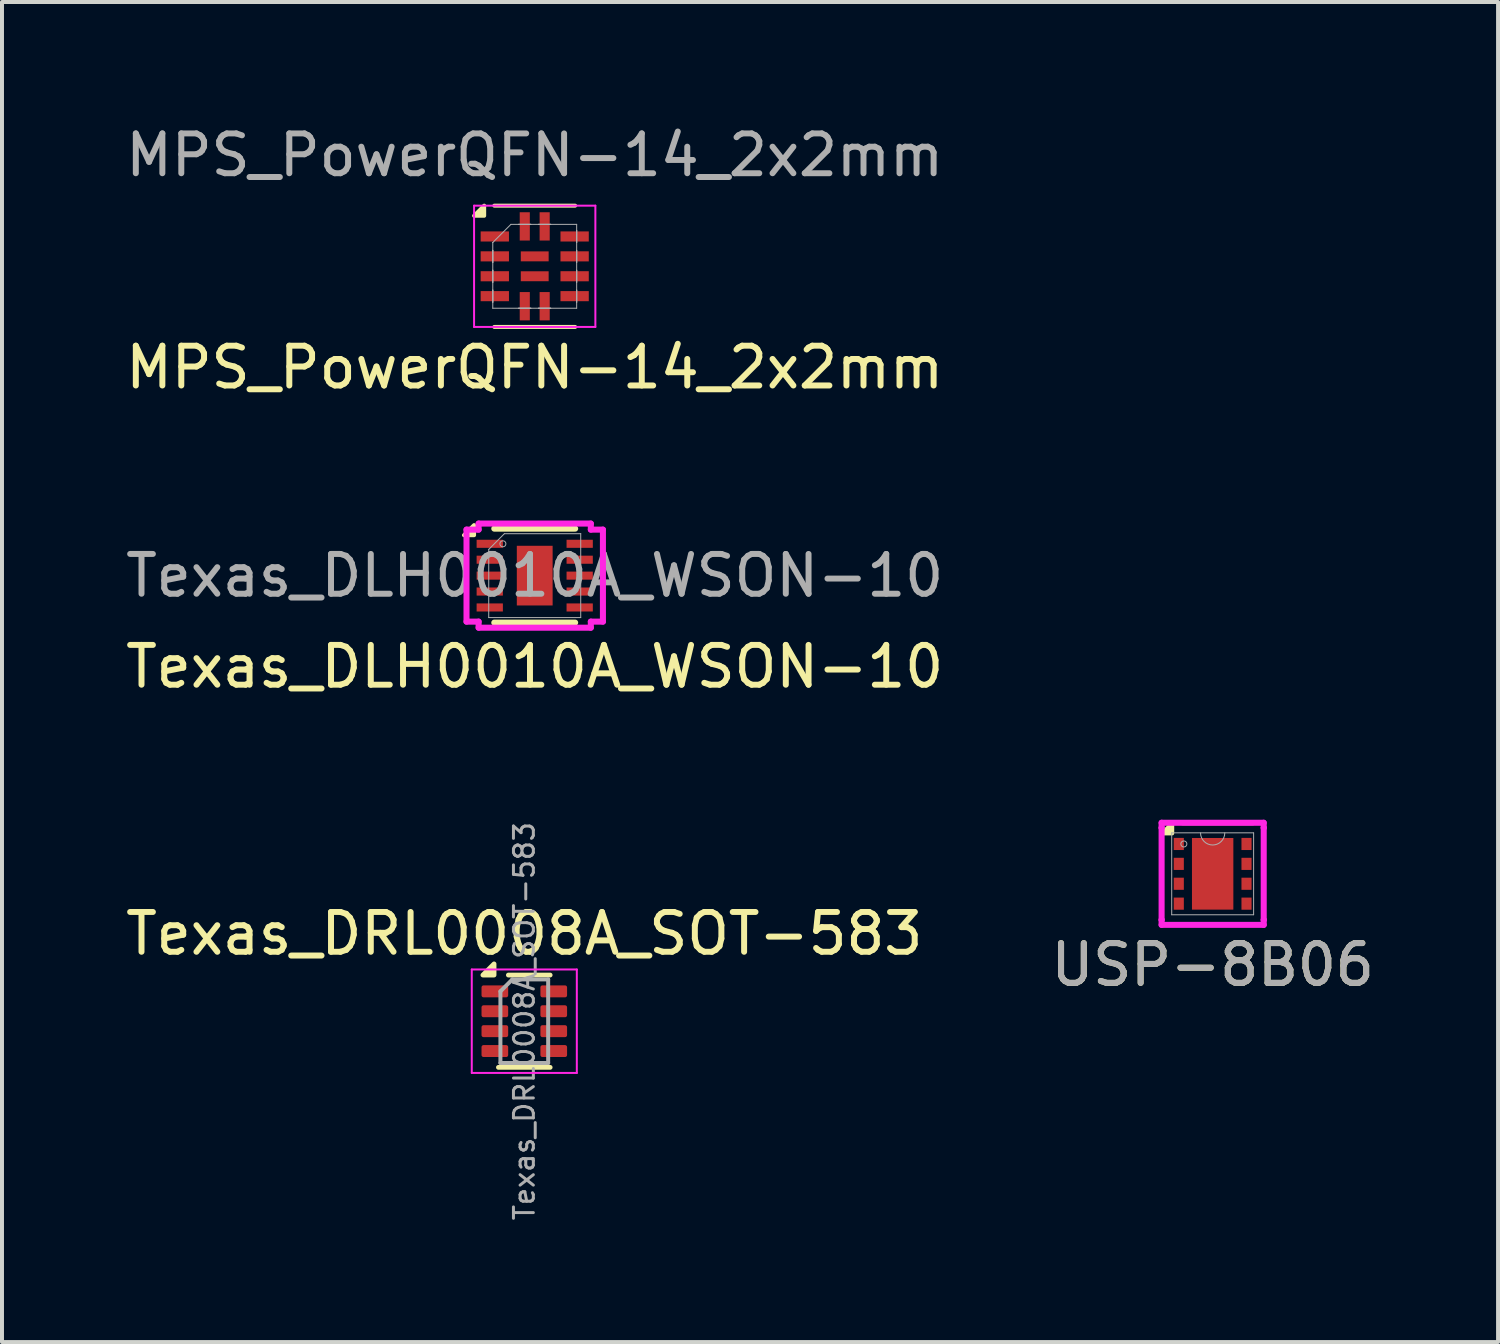
<source format=kicad_pcb>
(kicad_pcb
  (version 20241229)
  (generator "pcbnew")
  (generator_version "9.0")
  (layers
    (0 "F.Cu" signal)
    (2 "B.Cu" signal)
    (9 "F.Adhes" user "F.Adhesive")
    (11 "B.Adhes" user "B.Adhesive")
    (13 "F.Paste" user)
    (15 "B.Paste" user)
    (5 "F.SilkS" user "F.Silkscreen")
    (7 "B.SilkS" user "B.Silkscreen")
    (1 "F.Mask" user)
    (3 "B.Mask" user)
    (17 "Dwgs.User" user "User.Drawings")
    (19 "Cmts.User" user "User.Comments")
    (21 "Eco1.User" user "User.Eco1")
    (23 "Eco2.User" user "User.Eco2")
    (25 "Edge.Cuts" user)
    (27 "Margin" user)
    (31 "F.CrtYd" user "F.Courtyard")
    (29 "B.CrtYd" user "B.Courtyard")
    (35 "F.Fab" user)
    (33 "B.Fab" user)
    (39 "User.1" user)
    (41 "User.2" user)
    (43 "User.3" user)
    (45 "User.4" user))
  (footprint "USP-8B06"
    (layer "F.Cu")
    (at 27.423 18.908)
    (property "Reference" "USP-8B06" (at 0 2.286 0) (unlocked yes) (layer "F.SilkS") (effects (font (size 1 1) (thickness 0.15))))
    (attr smd)
    (fp_line (start -1.016 1.27) (end 1.016 1.27) (stroke (width 0.1) (type default)) (layer "F.SilkS"))
    (fp_line (start -0.762 -1.27) (end 1.016 -1.27) (stroke (width 0.1) (type default)) (layer "F.SilkS"))
    (fp_poly (pts (xy -1.27 -1.016) (xy -1.016 -1.27) (xy -1.016 -1.016)) (stroke (width 0.1) (type solid)) (fill yes) (layer "F.SilkS"))
    (fp_line (start -1.283 -1.283) (end 1.283 -1.283) (stroke (width 0.152) (type solid)) (layer "F.CrtYd"))
    (fp_line (start -1.283 -1.156) (end -1.283 -1.283) (stroke (width 0.152) (type solid)) (layer "F.CrtYd"))
    (fp_line (start -1.283 -1.156) (end -1.283 -1.156) (stroke (width 0.152) (type solid)) (layer "F.CrtYd"))
    (fp_line (start -1.283 1.156) (end -1.283 -1.156) (stroke (width 0.152) (type solid)) (layer "F.CrtYd"))
    (fp_line (start -1.283 1.156) (end -1.283 1.156) (stroke (width 0.152) (type solid)) (layer "F.CrtYd"))
    (fp_line (start -1.283 1.283) (end -1.283 1.156) (stroke (width 0.152) (type solid)) (layer "F.CrtYd"))
    (fp_line (start 1.283 -1.283) (end 1.283 -1.156) (stroke (width 0.152) (type solid)) (layer "F.CrtYd"))
    (fp_line (start 1.283 -1.156) (end 1.283 -1.156) (stroke (width 0.152) (type solid)) (layer "F.CrtYd"))
    (fp_line (start 1.283 -1.156) (end 1.283 1.156) (stroke (width 0.152) (type solid)) (layer "F.CrtYd"))
    (fp_line (start 1.283 1.156) (end 1.283 1.156) (stroke (width 0.152) (type solid)) (layer "F.CrtYd"))
    (fp_line (start 1.283 1.156) (end 1.283 1.283) (stroke (width 0.152) (type solid)) (layer "F.CrtYd"))
    (fp_line (start 1.283 1.283) (end -1.283 1.283) (stroke (width 0.152) (type solid)) (layer "F.CrtYd"))
    (fp_line (start -1.029 -1.029) (end -1.029 1.029) (stroke (width 0.025) (type solid)) (layer "F.Fab"))
    (fp_line (start -1.029 1.029) (end 1.029 1.029) (stroke (width 0.025) (type solid)) (layer "F.Fab"))
    (fp_line (start 1.029 -1.029) (end -1.029 -1.029) (stroke (width 0.025) (type solid)) (layer "F.Fab"))
    (fp_line (start 1.029 1.029) (end 1.029 -1.029) (stroke (width 0.025) (type solid)) (layer "F.Fab"))
    (fp_arc (start 0.3048 -1.0287) (mid 0 -0.7239) (end -0.3048 -1.0287) (stroke (width 0.0254) (type solid)) (layer "F.Fab"))
    (fp_circle (center -0.724 -0.75) (end -0.648 -0.75) (stroke (width 0.025) (type solid)) (fill no) (layer "F.Fab"))
    (fp_text user "${REFERENCE}" (at 0 2.286 0) (unlocked yes) (layer "F.Fab") (effects (font (size 1 1) (thickness 0.15))))
    (pad "1" smd rect (at -0.851 -0.75) (size 0.254 0.305) (layers "F.Cu" "F.Mask" "F.Paste"))
    (pad "2" smd rect (at -0.851 -0.25) (size 0.254 0.305) (layers "F.Cu" "F.Mask" "F.Paste"))
    (pad "3" smd rect (at -0.851 0.25) (size 0.254 0.305) (layers "F.Cu" "F.Mask" "F.Paste"))
    (pad "4" smd rect (at -0.851 0.75) (size 0.254 0.305) (layers "F.Cu" "F.Mask" "F.Paste"))
    (pad "5" smd rect (at 0.851 0.75) (size 0.254 0.305) (layers "F.Cu" "F.Mask" "F.Paste"))
    (pad "6" smd rect (at 0.851 0.25) (size 0.254 0.305) (layers "F.Cu" "F.Mask" "F.Paste"))
    (pad "7" smd rect (at 0.851 -0.25) (size 0.254 0.305) (layers "F.Cu" "F.Mask" "F.Paste"))
    (pad "8" smd rect (at 0.851 -0.75) (size 0.254 0.305) (layers "F.Cu" "F.Mask" "F.Paste"))
    (pad "9" smd rect (at 0 0) (size 1.04 1.8) (layers "F.Cu" "F.Mask" "F.Paste")))
  (footprint "MPS_PowerQFN-14_2x2mm"
    (layer "F.Cu")
    (at 10.387 3.642)
    (property "Reference" "MPS_PowerQFN-14_2x2mm" (at 0 2.54 0) (unlocked yes) (layer "F.SilkS") (effects (font (size 1 1) (thickness 0.15))))
    (attr smd)
    (fp_line (start -1.016 -1.524) (end 1.016 -1.524) (stroke (width 0.1) (type default)) (layer "F.SilkS"))
    (fp_line (start -1.016 1.524) (end 1.016 1.524) (stroke (width 0.1) (type default)) (layer "F.SilkS"))
    (fp_poly (pts (xy -1.524 -1.27) (xy -1.27 -1.524) (xy -1.27 -1.27)) (stroke (width 0.1) (type solid)) (fill yes) (layer "F.SilkS"))
    (fp_line (start -1.524 -1.524) (end 1.524 -1.524) (stroke (width 0.05) (type default)) (layer "F.CrtYd"))
    (fp_line (start -1.524 1.524) (end -1.524 -1.524) (stroke (width 0.05) (type default)) (layer "F.CrtYd"))
    (fp_line (start 1.524 -1.524) (end 1.524 1.524) (stroke (width 0.05) (type default)) (layer "F.CrtYd"))
    (fp_line (start 1.524 1.524) (end -1.524 1.524) (stroke (width 0.05) (type default)) (layer "F.CrtYd"))
    (fp_line (start -1.054 -0.598) (end -1.054 -0.598) (stroke (width 0.025) (type solid)) (layer "F.Fab"))
    (fp_line (start -1.054 -0.598) (end -1.054 1.054) (stroke (width 0.025) (type solid)) (layer "F.Fab"))
    (fp_line (start -1.054 -0.598) (end -0.598 -1.054) (stroke (width 0.025) (type default)) (layer "F.Fab"))
    (fp_line (start -1.054 -0.402) (end -1.054 -0.402) (stroke (width 0.025) (type solid)) (layer "F.Fab"))
    (fp_line (start -1.054 -0.402) (end -1.054 -0.098) (stroke (width 0.025) (type solid)) (layer "F.Fab"))
    (fp_line (start -1.054 -0.098) (end -1.054 -0.402) (stroke (width 0.025) (type solid)) (layer "F.Fab"))
    (fp_line (start -1.054 -0.098) (end -1.054 -0.098) (stroke (width 0.025) (type solid)) (layer "F.Fab"))
    (fp_line (start -1.054 0.098) (end -1.054 0.098) (stroke (width 0.025) (type solid)) (layer "F.Fab"))
    (fp_line (start -1.054 0.098) (end -1.054 0.402) (stroke (width 0.025) (type solid)) (layer "F.Fab"))
    (fp_line (start -1.054 0.402) (end -1.054 0.098) (stroke (width 0.025) (type solid)) (layer "F.Fab"))
    (fp_line (start -1.054 0.402) (end -1.054 0.402) (stroke (width 0.025) (type solid)) (layer "F.Fab"))
    (fp_line (start -1.054 0.598) (end -1.054 0.598) (stroke (width 0.025) (type solid)) (layer "F.Fab"))
    (fp_line (start -1.054 0.598) (end -1.054 0.902) (stroke (width 0.025) (type solid)) (layer "F.Fab"))
    (fp_line (start -1.054 0.902) (end -1.054 0.598) (stroke (width 0.025) (type solid)) (layer "F.Fab"))
    (fp_line (start -1.054 0.902) (end -1.054 0.902) (stroke (width 0.025) (type solid)) (layer "F.Fab"))
    (fp_line (start -1.054 1.054) (end 1.054 1.054) (stroke (width 0.025) (type solid)) (layer "F.Fab"))
    (fp_line (start -0.402 -1.054) (end -0.402 -1.054) (stroke (width 0.025) (type solid)) (layer "F.Fab"))
    (fp_line (start -0.402 -1.054) (end -0.098 -1.054) (stroke (width 0.025) (type solid)) (layer "F.Fab"))
    (fp_line (start -0.402 1.054) (end -0.402 1.054) (stroke (width 0.025) (type solid)) (layer "F.Fab"))
    (fp_line (start -0.402 1.054) (end -0.098 1.054) (stroke (width 0.025) (type solid)) (layer "F.Fab"))
    (fp_line (start -0.098 -1.054) (end -0.402 -1.054) (stroke (width 0.025) (type solid)) (layer "F.Fab"))
    (fp_line (start -0.098 -1.054) (end -0.098 -1.054) (stroke (width 0.025) (type solid)) (layer "F.Fab"))
    (fp_line (start -0.098 1.054) (end -0.402 1.054) (stroke (width 0.025) (type solid)) (layer "F.Fab"))
    (fp_line (start -0.098 1.054) (end -0.098 1.054) (stroke (width 0.025) (type solid)) (layer "F.Fab"))
    (fp_line (start 0.098 -1.054) (end 0.098 -1.054) (stroke (width 0.025) (type solid)) (layer "F.Fab"))
    (fp_line (start 0.098 -1.054) (end 0.402 -1.054) (stroke (width 0.025) (type solid)) (layer "F.Fab"))
    (fp_line (start 0.098 1.054) (end 0.098 1.054) (stroke (width 0.025) (type solid)) (layer "F.Fab"))
    (fp_line (start 0.098 1.054) (end 0.402 1.054) (stroke (width 0.025) (type solid)) (layer "F.Fab"))
    (fp_line (start 0.402 -1.054) (end 0.098 -1.054) (stroke (width 0.025) (type solid)) (layer "F.Fab"))
    (fp_line (start 0.402 -1.054) (end 0.402 -1.054) (stroke (width 0.025) (type solid)) (layer "F.Fab"))
    (fp_line (start 0.402 1.054) (end 0.098 1.054) (stroke (width 0.025) (type solid)) (layer "F.Fab"))
    (fp_line (start 0.402 1.054) (end 0.402 1.054) (stroke (width 0.025) (type solid)) (layer "F.Fab"))
    (fp_line (start 1.054 -1.054) (end -0.598 -1.054) (stroke (width 0.025) (type solid)) (layer "F.Fab"))
    (fp_line (start 1.054 -0.902) (end 1.054 -0.902) (stroke (width 0.025) (type solid)) (layer "F.Fab"))
    (fp_line (start 1.054 -0.902) (end 1.054 -0.598) (stroke (width 0.025) (type solid)) (layer "F.Fab"))
    (fp_line (start 1.054 -0.598) (end 1.054 -0.902) (stroke (width 0.025) (type solid)) (layer "F.Fab"))
    (fp_line (start 1.054 -0.598) (end 1.054 -0.598) (stroke (width 0.025) (type solid)) (layer "F.Fab"))
    (fp_line (start 1.054 -0.402) (end 1.054 -0.402) (stroke (width 0.025) (type solid)) (layer "F.Fab"))
    (fp_line (start 1.054 -0.402) (end 1.054 -0.098) (stroke (width 0.025) (type solid)) (layer "F.Fab"))
    (fp_line (start 1.054 -0.098) (end 1.054 -0.402) (stroke (width 0.025) (type solid)) (layer "F.Fab"))
    (fp_line (start 1.054 -0.098) (end 1.054 -0.098) (stroke (width 0.025) (type solid)) (layer "F.Fab"))
    (fp_line (start 1.054 0.098) (end 1.054 0.098) (stroke (width 0.025) (type solid)) (layer "F.Fab"))
    (fp_line (start 1.054 0.098) (end 1.054 0.402) (stroke (width 0.025) (type solid)) (layer "F.Fab"))
    (fp_line (start 1.054 0.402) (end 1.054 0.098) (stroke (width 0.025) (type solid)) (layer "F.Fab"))
    (fp_line (start 1.054 0.402) (end 1.054 0.402) (stroke (width 0.025) (type solid)) (layer "F.Fab"))
    (fp_line (start 1.054 0.598) (end 1.054 0.598) (stroke (width 0.025) (type solid)) (layer "F.Fab"))
    (fp_line (start 1.054 0.598) (end 1.054 0.902) (stroke (width 0.025) (type solid)) (layer "F.Fab"))
    (fp_line (start 1.054 0.902) (end 1.054 0.598) (stroke (width 0.025) (type solid)) (layer "F.Fab"))
    (fp_line (start 1.054 0.902) (end 1.054 0.902) (stroke (width 0.025) (type solid)) (layer "F.Fab"))
    (fp_line (start 1.054 1.054) (end 1.054 -1.054) (stroke (width 0.025) (type solid)) (layer "F.Fab"))
    (fp_text user "${REFERENCE}" (at 0 -2.794 0) (unlocked yes) (layer "F.Fab") (effects (font (size 1 1) (thickness 0.15))))
    (pad "1" smd rect (at -1.003 -0.75 90) (size 0.254 0.711) (layers "F.Cu" "F.Mask" "F.Paste"))
    (pad "2" smd rect (at -1.003 -0.25 90) (size 0.254 0.711) (layers "F.Cu" "F.Mask" "F.Paste"))
    (pad "3" smd rect (at -1.003 0.25 90) (size 0.254 0.711) (layers "F.Cu" "F.Mask" "F.Paste"))
    (pad "4" smd rect (at -1.003 0.75 90) (size 0.254 0.711) (layers "F.Cu" "F.Mask" "F.Paste"))
    (pad "5" smd rect (at -0.25 1.003) (size 0.254 0.711) (layers "F.Cu" "F.Mask" "F.Paste"))
    (pad "6" smd rect (at 0.25 1.003) (size 0.254 0.711) (layers "F.Cu" "F.Mask" "F.Paste"))
    (pad "7" smd rect (at 1.003 0.75 90) (size 0.254 0.711) (layers "F.Cu" "F.Mask" "F.Paste"))
    (pad "8" smd rect (at 1.003 0.25 90) (size 0.254 0.711) (layers "F.Cu" "F.Mask" "F.Paste"))
    (pad "9" smd rect (at 1.003 -0.25 90) (size 0.254 0.711) (layers "F.Cu" "F.Mask" "F.Paste"))
    (pad "10" smd rect (at 1.003 -0.75 90) (size 0.254 0.711) (layers "F.Cu" "F.Mask" "F.Paste"))
    (pad "11" smd rect (at 0.25 -1.003) (size 0.254 0.711) (layers "F.Cu" "F.Mask" "F.Paste"))
    (pad "12" smd rect (at -0.25 -1.003) (size 0.254 0.711) (layers "F.Cu" "F.Mask" "F.Paste"))
    (pad "13" smd rect (at 0 -0.25) (size 0.7 0.25) (layers "F.Cu" "F.Mask" "F.Paste"))
    (pad "14" smd rect (at 0 0.25) (size 0.7 0.25) (layers "F.Cu" "F.Mask" "F.Paste")))
  (footprint "Texas_DLH0010A_WSON-10"
    (layer "F.Cu")
    (at 10.387 11.415)
    (property "Reference" "Texas_DLH0010A_WSON-10" (at 0 2.286 0) (unlocked yes) (layer "F.SilkS") (effects (font (size 1 1) (thickness 0.15))))
    (attr smd)
    (fp_line (start -1.016 1.181) (end 1.016 1.181) (stroke (width 0.152) (type solid)) (layer "F.SilkS"))
    (fp_line (start 1.016 -1.181) (end -1.016 -1.181) (stroke (width 0.152) (type solid)) (layer "F.SilkS"))
    (fp_poly (pts (xy -1.524 -1.27) (xy -1.778 -1.016) (xy -1.524 -1.016)) (stroke (width 0.1) (type solid)) (fill yes) (layer "F.SilkS"))
    (fp_line (start -1.714 -1.156) (end -1.41 -1.156) (stroke (width 0.152) (type solid)) (layer "F.CrtYd"))
    (fp_line (start -1.714 1.156) (end -1.714 -1.156) (stroke (width 0.152) (type solid)) (layer "F.CrtYd"))
    (fp_line (start -1.714 1.156) (end -1.41 1.156) (stroke (width 0.152) (type solid)) (layer "F.CrtYd"))
    (fp_line (start -1.41 -1.308) (end 1.41 -1.308) (stroke (width 0.152) (type solid)) (layer "F.CrtYd"))
    (fp_line (start -1.41 -1.156) (end -1.41 -1.308) (stroke (width 0.152) (type solid)) (layer "F.CrtYd"))
    (fp_line (start -1.41 1.308) (end -1.41 1.156) (stroke (width 0.152) (type solid)) (layer "F.CrtYd"))
    (fp_line (start 1.41 -1.308) (end 1.41 -1.156) (stroke (width 0.152) (type solid)) (layer "F.CrtYd"))
    (fp_line (start 1.41 1.156) (end 1.41 1.308) (stroke (width 0.152) (type solid)) (layer "F.CrtYd"))
    (fp_line (start 1.41 1.308) (end -1.41 1.308) (stroke (width 0.152) (type solid)) (layer "F.CrtYd"))
    (fp_line (start 1.714 -1.156) (end 1.41 -1.156) (stroke (width 0.152) (type solid)) (layer "F.CrtYd"))
    (fp_line (start 1.714 -1.156) (end 1.714 1.156) (stroke (width 0.152) (type solid)) (layer "F.CrtYd"))
    (fp_line (start 1.714 1.156) (end 1.41 1.156) (stroke (width 0.152) (type solid)) (layer "F.CrtYd"))
    (fp_line (start -1.156 1.054) (end 1.156 1.054) (stroke (width 0.025) (type solid)) (layer "F.Fab"))
    (fp_line (start -1.155 -0.66) (end -1.156 1.054) (stroke (width 0.025) (type solid)) (layer "F.Fab"))
    (fp_line (start -0.762 -1.054) (end -1.155 -0.66) (stroke (width 0.025) (type solid)) (layer "F.Fab"))
    (fp_line (start 1.156 -1.054) (end -0.762 -1.054) (stroke (width 0.025) (type solid)) (layer "F.Fab"))
    (fp_line (start 1.156 1.054) (end 1.156 -1.054) (stroke (width 0.025) (type solid)) (layer "F.Fab"))
    (fp_circle (center -0.8 -0.8) (end -0.724 -0.8) (stroke (width 0.025) (type solid)) (fill no) (layer "F.Fab"))
    (fp_text user "${REFERENCE}" (at 0 0 0) (unlocked yes) (layer "F.Fab") (effects (font (size 1 1) (thickness 0.15))))
    (pad "1" smd rect (at -1.13 -0.8) (size 0.66 0.203) (layers "F.Cu" "F.Mask" "F.Paste"))
    (pad "2" smd rect (at -1.13 -0.4) (size 0.66 0.203) (layers "F.Cu" "F.Mask" "F.Paste"))
    (pad "3" smd rect (at -1.13 0) (size 0.66 0.203) (layers "F.Cu" "F.Mask" "F.Paste"))
    (pad "4" smd rect (at -1.13 0.4) (size 0.66 0.203) (layers "F.Cu" "F.Mask" "F.Paste"))
    (pad "5" smd rect (at -1.13 0.8) (size 0.66 0.203) (layers "F.Cu" "F.Mask" "F.Paste"))
    (pad "6" smd rect (at 1.13 0.8) (size 0.66 0.203) (layers "F.Cu" "F.Mask" "F.Paste"))
    (pad "7" smd rect (at 1.13 0.4) (size 0.66 0.203) (layers "F.Cu" "F.Mask" "F.Paste"))
    (pad "8" smd rect (at 1.13 0) (size 0.66 0.203) (layers "F.Cu" "F.Mask" "F.Paste"))
    (pad "9" smd rect (at 1.13 -0.4) (size 0.66 0.203) (layers "F.Cu" "F.Mask" "F.Paste"))
    (pad "10" smd rect (at 1.13 -0.8) (size 0.66 0.203) (layers "F.Cu" "F.Mask" "F.Paste"))
    (pad "11" smd rect (at 0 0) (size 0.9 1.5) (layers "F.Cu" "F.Mask" "F.Paste")))
  (footprint "Texas_DRL0008A_SOT-583"
    (layer "F.Cu")
    (at 10.125 22.612)
    (property "Reference" "Texas_DRL0008A_SOT-583" (at 0 -2.2 0) (unlocked yes) (layer "F.SilkS") (effects (font (size 1 1) (thickness 0.15))))
    (attr smd)
    (fp_line (start 0.65 -1.16) (end -0.4 -1.16) (stroke (width 0.12) (type default)) (layer "F.SilkS"))
    (fp_line (start 0.65 1.16) (end -0.65 1.16) (stroke (width 0.12) (type default)) (layer "F.SilkS"))
    (fp_poly (pts (xy -0.76 -1.16) (xy -1.04 -1.16) (xy -0.76 -1.44) (xy -0.76 -1.16)) (stroke (width 0.12) (type solid)) (fill yes) (layer "F.SilkS"))
    (fp_line (start -1.32 -1.3) (end 1.32 -1.3) (stroke (width 0.05) (type default)) (layer "F.CrtYd"))
    (fp_line (start -1.32 1.3) (end -1.32 -1.3) (stroke (width 0.05) (type default)) (layer "F.CrtYd"))
    (fp_line (start 1.32 -1.3) (end 1.32 1.3) (stroke (width 0.05) (type default)) (layer "F.CrtYd"))
    (fp_line (start 1.32 1.3) (end -1.32 1.3) (stroke (width 0.05) (type default)) (layer "F.CrtYd"))
    (fp_line (start -0.6 -0.75) (end -0.6 1.05) (stroke (width 0.1) (type default)) (layer "F.Fab"))
    (fp_line (start -0.6 1.05) (end 0.6 1.05) (stroke (width 0.1) (type default)) (layer "F.Fab"))
    (fp_line (start -0.3 -1.05) (end -0.6 -0.75) (stroke (width 0.1) (type default)) (layer "F.Fab"))
    (fp_line (start 0.6 -1.05) (end -0.3 -1.05) (stroke (width 0.1) (type default)) (layer "F.Fab"))
    (fp_line (start 0.6 -1.05) (end 0.6 1.05) (stroke (width 0.1) (type default)) (layer "F.Fab"))
    (fp_text user "${REFERENCE}" (at 0 0 90) (unlocked yes) (layer "F.Fab") (effects (font (size 0.5 0.5) (thickness 0.075))))
    (pad "1" smd roundrect (at -0.74 -0.75) (size 0.67 0.3) (layers "F.Cu" "F.Mask" "F.Paste") (roundrect_rratio 0.167))
    (pad "2" smd roundrect (at -0.74 -0.25) (size 0.67 0.3) (layers "F.Cu" "F.Mask" "F.Paste") (roundrect_rratio 0.167))
    (pad "3" smd roundrect (at -0.74 0.25) (size 0.67 0.3) (layers "F.Cu" "F.Mask" "F.Paste") (roundrect_rratio 0.167))
    (pad "4" smd roundrect (at -0.74 0.75) (size 0.67 0.3) (layers "F.Cu" "F.Mask" "F.Paste") (roundrect_rratio 0.167))
    (pad "5" smd roundrect (at 0.74 0.75) (size 0.67 0.3) (layers "F.Cu" "F.Mask" "F.Paste") (roundrect_rratio 0.167))
    (pad "6" smd roundrect (at 0.74 0.25) (size 0.67 0.3) (layers "F.Cu" "F.Mask" "F.Paste") (roundrect_rratio 0.167))
    (pad "7" smd roundrect (at 0.74 -0.25) (size 0.67 0.3) (layers "F.Cu" "F.Mask" "F.Paste") (roundrect_rratio 0.167))
    (pad "8" smd roundrect (at 0.74 -0.75) (size 0.67 0.3) (layers "F.Cu" "F.Mask" "F.Paste") (roundrect_rratio 0.167)))
  (gr_rect
    (start -3 -3)
    (end 34.595 30.674)
    (stroke (width 0.1) (type default))
    (fill no)
    (layer "Edge.Cuts")))
</source>
